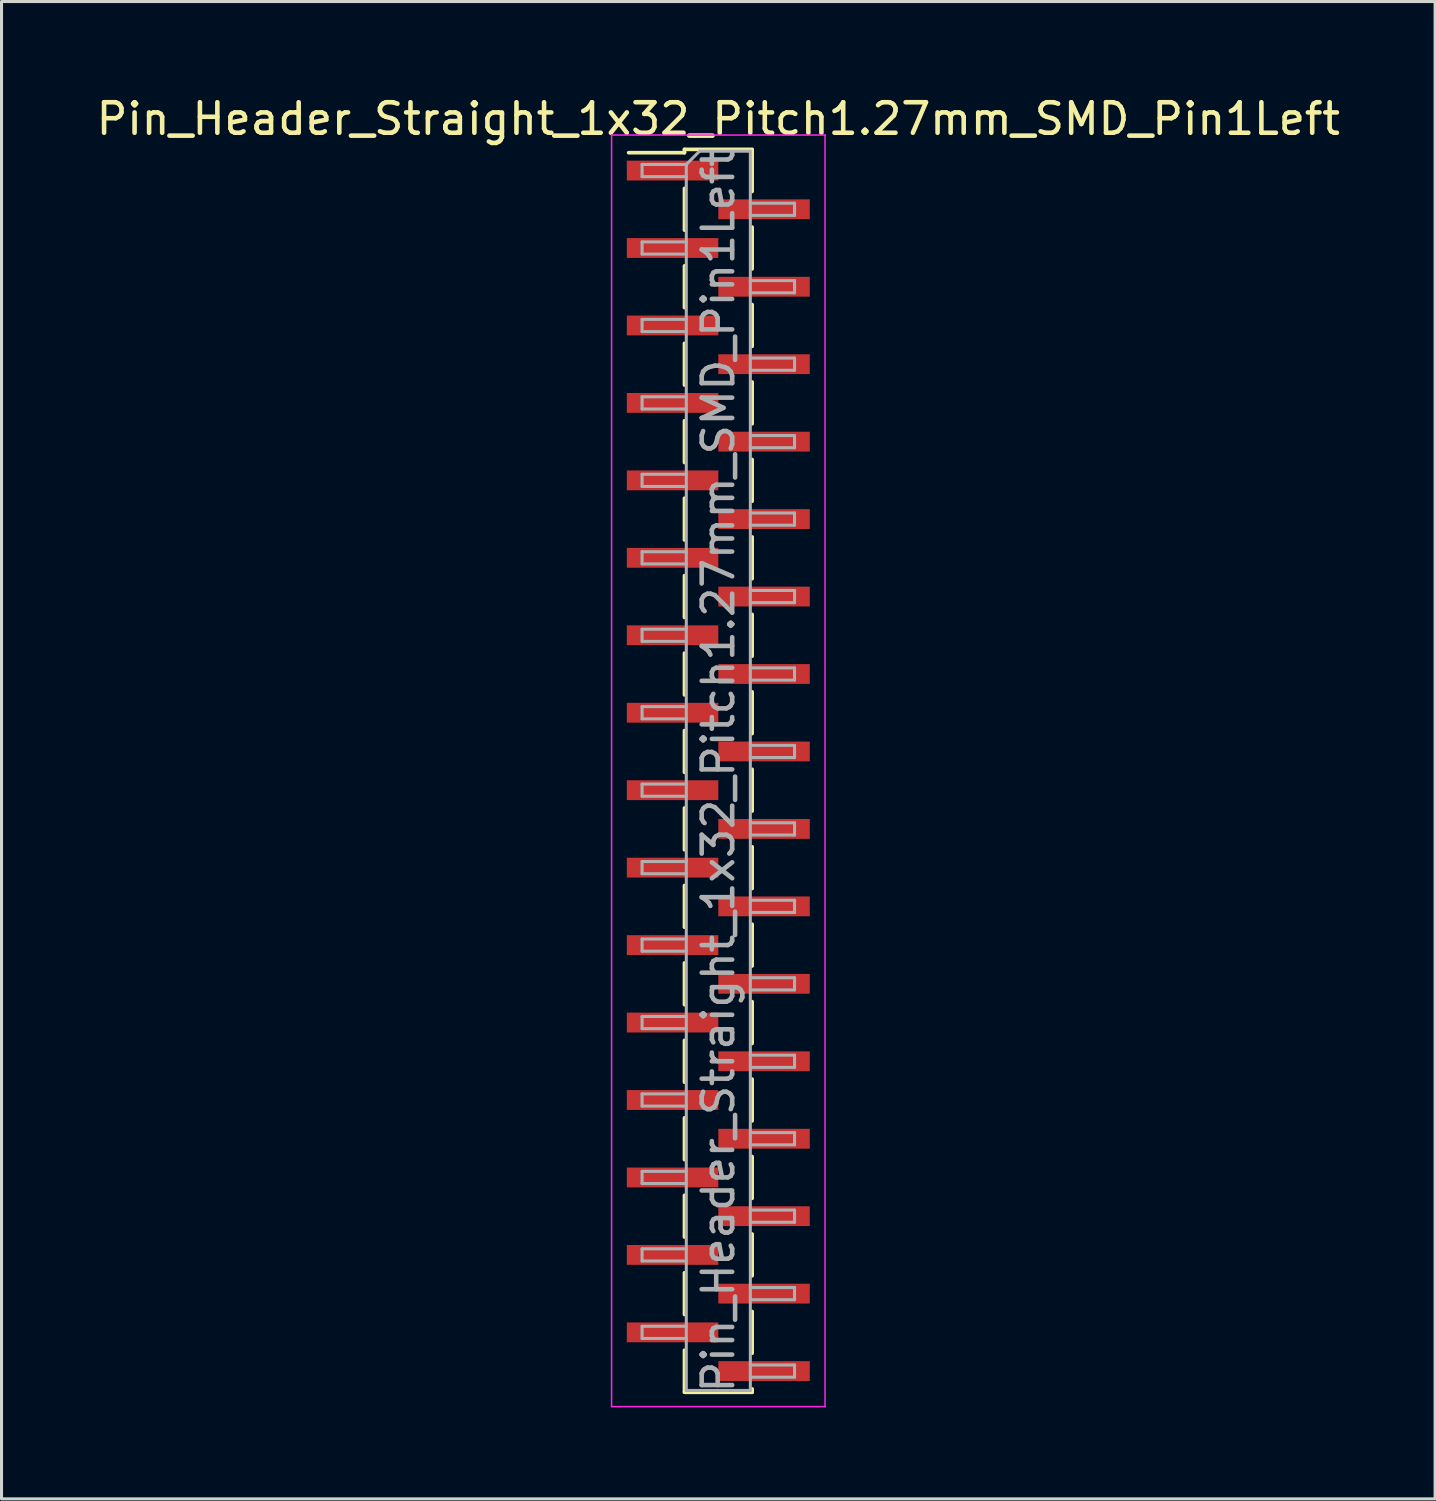
<source format=kicad_pcb>
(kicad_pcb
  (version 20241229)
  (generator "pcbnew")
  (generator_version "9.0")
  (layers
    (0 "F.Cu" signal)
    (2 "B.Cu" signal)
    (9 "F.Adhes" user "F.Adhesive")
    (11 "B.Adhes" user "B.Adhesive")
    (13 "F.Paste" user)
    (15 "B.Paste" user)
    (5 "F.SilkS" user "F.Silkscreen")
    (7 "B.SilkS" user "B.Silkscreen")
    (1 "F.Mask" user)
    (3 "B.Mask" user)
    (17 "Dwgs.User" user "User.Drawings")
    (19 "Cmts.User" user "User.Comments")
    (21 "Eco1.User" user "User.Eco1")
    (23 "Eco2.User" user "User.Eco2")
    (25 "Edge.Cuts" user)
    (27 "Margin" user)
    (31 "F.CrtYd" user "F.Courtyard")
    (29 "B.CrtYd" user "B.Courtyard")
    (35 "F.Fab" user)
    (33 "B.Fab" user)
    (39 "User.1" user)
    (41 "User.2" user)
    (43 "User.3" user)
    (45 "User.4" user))
  (footprint "Pin_Header_Straight_1x32_Pitch1.27mm_SMD_Pin1Left"
    (layer "F.Cu")
    (at 20.506 22.228)
    (property "Reference" "Pin_Header_Straight_1x32_Pitch1.27mm_SMD_Pin1Left" (at 0 -21.38 0) (layer "F.SilkS") (effects (font (size 1 1) (thickness 0.15))))
    (attr smd)
    (fp_line (start -1.11 -20.38) (end -1.11 -20.27) (stroke (width 0.12) (type solid)) (layer "F.SilkS"))
    (fp_line (start -1.11 -20.38) (end 1.11 -20.38) (stroke (width 0.12) (type solid)) (layer "F.SilkS"))
    (fp_line (start -1.11 -20.27) (end -2.94 -20.27) (stroke (width 0.12) (type solid)) (layer "F.SilkS"))
    (fp_line (start -1.11 -19.1) (end -1.11 -17.73) (stroke (width 0.12) (type solid)) (layer "F.SilkS"))
    (fp_line (start -1.11 -16.56) (end -1.11 -15.19) (stroke (width 0.12) (type solid)) (layer "F.SilkS"))
    (fp_line (start -1.11 -14.02) (end -1.11 -12.65) (stroke (width 0.12) (type solid)) (layer "F.SilkS"))
    (fp_line (start -1.11 -11.48) (end -1.11 -10.11) (stroke (width 0.12) (type solid)) (layer "F.SilkS"))
    (fp_line (start -1.11 -8.94) (end -1.11 -7.57) (stroke (width 0.12) (type solid)) (layer "F.SilkS"))
    (fp_line (start -1.11 -6.4) (end -1.11 -5.03) (stroke (width 0.12) (type solid)) (layer "F.SilkS"))
    (fp_line (start -1.11 -3.86) (end -1.11 -2.49) (stroke (width 0.12) (type solid)) (layer "F.SilkS"))
    (fp_line (start -1.11 -1.32) (end -1.11 0.05) (stroke (width 0.12) (type solid)) (layer "F.SilkS"))
    (fp_line (start -1.11 1.22) (end -1.11 2.59) (stroke (width 0.12) (type solid)) (layer "F.SilkS"))
    (fp_line (start -1.11 3.76) (end -1.11 5.13) (stroke (width 0.12) (type solid)) (layer "F.SilkS"))
    (fp_line (start -1.11 6.3) (end -1.11 7.67) (stroke (width 0.12) (type solid)) (layer "F.SilkS"))
    (fp_line (start -1.11 8.84) (end -1.11 10.21) (stroke (width 0.12) (type solid)) (layer "F.SilkS"))
    (fp_line (start -1.11 11.38) (end -1.11 12.75) (stroke (width 0.12) (type solid)) (layer "F.SilkS"))
    (fp_line (start -1.11 13.92) (end -1.11 15.29) (stroke (width 0.12) (type solid)) (layer "F.SilkS"))
    (fp_line (start -1.11 16.46) (end -1.11 17.83) (stroke (width 0.12) (type solid)) (layer "F.SilkS"))
    (fp_line (start -1.11 19) (end -1.11 20.37) (stroke (width 0.12) (type solid)) (layer "F.SilkS"))
    (fp_line (start -1.11 20.38) (end 1.11 20.38) (stroke (width 0.12) (type solid)) (layer "F.SilkS"))
    (fp_line (start 1.11 -20.37) (end 1.11 -19) (stroke (width 0.12) (type solid)) (layer "F.SilkS"))
    (fp_line (start 1.11 -17.83) (end 1.11 -16.46) (stroke (width 0.12) (type solid)) (layer "F.SilkS"))
    (fp_line (start 1.11 -15.29) (end 1.11 -13.92) (stroke (width 0.12) (type solid)) (layer "F.SilkS"))
    (fp_line (start 1.11 -12.75) (end 1.11 -11.38) (stroke (width 0.12) (type solid)) (layer "F.SilkS"))
    (fp_line (start 1.11 -10.21) (end 1.11 -8.84) (stroke (width 0.12) (type solid)) (layer "F.SilkS"))
    (fp_line (start 1.11 -7.67) (end 1.11 -6.3) (stroke (width 0.12) (type solid)) (layer "F.SilkS"))
    (fp_line (start 1.11 -5.13) (end 1.11 -3.76) (stroke (width 0.12) (type solid)) (layer "F.SilkS"))
    (fp_line (start 1.11 -2.59) (end 1.11 -1.22) (stroke (width 0.12) (type solid)) (layer "F.SilkS"))
    (fp_line (start 1.11 -0.05) (end 1.11 1.32) (stroke (width 0.12) (type solid)) (layer "F.SilkS"))
    (fp_line (start 1.11 2.49) (end 1.11 3.86) (stroke (width 0.12) (type solid)) (layer "F.SilkS"))
    (fp_line (start 1.11 5.03) (end 1.11 6.4) (stroke (width 0.12) (type solid)) (layer "F.SilkS"))
    (fp_line (start 1.11 7.57) (end 1.11 8.94) (stroke (width 0.12) (type solid)) (layer "F.SilkS"))
    (fp_line (start 1.11 10.11) (end 1.11 11.48) (stroke (width 0.12) (type solid)) (layer "F.SilkS"))
    (fp_line (start 1.11 12.65) (end 1.11 14.02) (stroke (width 0.12) (type solid)) (layer "F.SilkS"))
    (fp_line (start 1.11 15.19) (end 1.11 16.56) (stroke (width 0.12) (type solid)) (layer "F.SilkS"))
    (fp_line (start 1.11 17.73) (end 1.11 19.1) (stroke (width 0.12) (type solid)) (layer "F.SilkS"))
    (fp_line (start 1.11 20.27) (end 1.11 20.38) (stroke (width 0.12) (type solid)) (layer "F.SilkS"))
    (fp_line (start -3.5 -20.85) (end -3.5 20.85) (stroke (width 0.05) (type solid)) (layer "F.CrtYd"))
    (fp_line (start -3.5 20.85) (end 3.5 20.85) (stroke (width 0.05) (type solid)) (layer "F.CrtYd"))
    (fp_line (start 3.5 -20.85) (end -3.5 -20.85) (stroke (width 0.05) (type solid)) (layer "F.CrtYd"))
    (fp_line (start 3.5 20.85) (end 3.5 -20.85) (stroke (width 0.05) (type solid)) (layer "F.CrtYd"))
    (fp_line (start -2.5 -19.885) (end -2.5 -19.485) (stroke (width 0.1) (type solid)) (layer "F.Fab"))
    (fp_line (start -2.5 -19.485) (end -1.05 -19.485) (stroke (width 0.1) (type solid)) (layer "F.Fab"))
    (fp_line (start -2.5 -17.345) (end -2.5 -16.945) (stroke (width 0.1) (type solid)) (layer "F.Fab"))
    (fp_line (start -2.5 -16.945) (end -1.05 -16.945) (stroke (width 0.1) (type solid)) (layer "F.Fab"))
    (fp_line (start -2.5 -14.805) (end -2.5 -14.405) (stroke (width 0.1) (type solid)) (layer "F.Fab"))
    (fp_line (start -2.5 -14.405) (end -1.05 -14.405) (stroke (width 0.1) (type solid)) (layer "F.Fab"))
    (fp_line (start -2.5 -12.265) (end -2.5 -11.865) (stroke (width 0.1) (type solid)) (layer "F.Fab"))
    (fp_line (start -2.5 -11.865) (end -1.05 -11.865) (stroke (width 0.1) (type solid)) (layer "F.Fab"))
    (fp_line (start -2.5 -9.725) (end -2.5 -9.325) (stroke (width 0.1) (type solid)) (layer "F.Fab"))
    (fp_line (start -2.5 -9.325) (end -1.05 -9.325) (stroke (width 0.1) (type solid)) (layer "F.Fab"))
    (fp_line (start -2.5 -7.185) (end -2.5 -6.785) (stroke (width 0.1) (type solid)) (layer "F.Fab"))
    (fp_line (start -2.5 -6.785) (end -1.05 -6.785) (stroke (width 0.1) (type solid)) (layer "F.Fab"))
    (fp_line (start -2.5 -4.645) (end -2.5 -4.245) (stroke (width 0.1) (type solid)) (layer "F.Fab"))
    (fp_line (start -2.5 -4.245) (end -1.05 -4.245) (stroke (width 0.1) (type solid)) (layer "F.Fab"))
    (fp_line (start -2.5 -2.105) (end -2.5 -1.705) (stroke (width 0.1) (type solid)) (layer "F.Fab"))
    (fp_line (start -2.5 -1.705) (end -1.05 -1.705) (stroke (width 0.1) (type solid)) (layer "F.Fab"))
    (fp_line (start -2.5 0.435) (end -2.5 0.835) (stroke (width 0.1) (type solid)) (layer "F.Fab"))
    (fp_line (start -2.5 0.835) (end -1.05 0.835) (stroke (width 0.1) (type solid)) (layer "F.Fab"))
    (fp_line (start -2.5 2.975) (end -2.5 3.375) (stroke (width 0.1) (type solid)) (layer "F.Fab"))
    (fp_line (start -2.5 3.375) (end -1.05 3.375) (stroke (width 0.1) (type solid)) (layer "F.Fab"))
    (fp_line (start -2.5 5.515) (end -2.5 5.915) (stroke (width 0.1) (type solid)) (layer "F.Fab"))
    (fp_line (start -2.5 5.915) (end -1.05 5.915) (stroke (width 0.1) (type solid)) (layer "F.Fab"))
    (fp_line (start -2.5 8.055) (end -2.5 8.455) (stroke (width 0.1) (type solid)) (layer "F.Fab"))
    (fp_line (start -2.5 8.455) (end -1.05 8.455) (stroke (width 0.1) (type solid)) (layer "F.Fab"))
    (fp_line (start -2.5 10.595) (end -2.5 10.995) (stroke (width 0.1) (type solid)) (layer "F.Fab"))
    (fp_line (start -2.5 10.995) (end -1.05 10.995) (stroke (width 0.1) (type solid)) (layer "F.Fab"))
    (fp_line (start -2.5 13.135) (end -2.5 13.535) (stroke (width 0.1) (type solid)) (layer "F.Fab"))
    (fp_line (start -2.5 13.535) (end -1.05 13.535) (stroke (width 0.1) (type solid)) (layer "F.Fab"))
    (fp_line (start -2.5 15.675) (end -2.5 16.075) (stroke (width 0.1) (type solid)) (layer "F.Fab"))
    (fp_line (start -2.5 16.075) (end -1.05 16.075) (stroke (width 0.1) (type solid)) (layer "F.Fab"))
    (fp_line (start -2.5 18.215) (end -2.5 18.615) (stroke (width 0.1) (type solid)) (layer "F.Fab"))
    (fp_line (start -2.5 18.615) (end -1.05 18.615) (stroke (width 0.1) (type solid)) (layer "F.Fab"))
    (fp_line (start -1.05 -19.885) (end -2.5 -19.885) (stroke (width 0.1) (type solid)) (layer "F.Fab"))
    (fp_line (start -1.05 -19.885) (end -0.615 -20.32) (stroke (width 0.1) (type solid)) (layer "F.Fab"))
    (fp_line (start -1.05 -17.345) (end -2.5 -17.345) (stroke (width 0.1) (type solid)) (layer "F.Fab"))
    (fp_line (start -1.05 -14.805) (end -2.5 -14.805) (stroke (width 0.1) (type solid)) (layer "F.Fab"))
    (fp_line (start -1.05 -12.265) (end -2.5 -12.265) (stroke (width 0.1) (type solid)) (layer "F.Fab"))
    (fp_line (start -1.05 -9.725) (end -2.5 -9.725) (stroke (width 0.1) (type solid)) (layer "F.Fab"))
    (fp_line (start -1.05 -7.185) (end -2.5 -7.185) (stroke (width 0.1) (type solid)) (layer "F.Fab"))
    (fp_line (start -1.05 -4.645) (end -2.5 -4.645) (stroke (width 0.1) (type solid)) (layer "F.Fab"))
    (fp_line (start -1.05 -2.105) (end -2.5 -2.105) (stroke (width 0.1) (type solid)) (layer "F.Fab"))
    (fp_line (start -1.05 0.435) (end -2.5 0.435) (stroke (width 0.1) (type solid)) (layer "F.Fab"))
    (fp_line (start -1.05 2.975) (end -2.5 2.975) (stroke (width 0.1) (type solid)) (layer "F.Fab"))
    (fp_line (start -1.05 5.515) (end -2.5 5.515) (stroke (width 0.1) (type solid)) (layer "F.Fab"))
    (fp_line (start -1.05 8.055) (end -2.5 8.055) (stroke (width 0.1) (type solid)) (layer "F.Fab"))
    (fp_line (start -1.05 10.595) (end -2.5 10.595) (stroke (width 0.1) (type solid)) (layer "F.Fab"))
    (fp_line (start -1.05 13.135) (end -2.5 13.135) (stroke (width 0.1) (type solid)) (layer "F.Fab"))
    (fp_line (start -1.05 15.675) (end -2.5 15.675) (stroke (width 0.1) (type solid)) (layer "F.Fab"))
    (fp_line (start -1.05 18.215) (end -2.5 18.215) (stroke (width 0.1) (type solid)) (layer "F.Fab"))
    (fp_line (start -1.05 20.32) (end -1.05 -19.885) (stroke (width 0.1) (type solid)) (layer "F.Fab"))
    (fp_line (start -0.615 -20.32) (end 1.05 -20.32) (stroke (width 0.1) (type solid)) (layer "F.Fab"))
    (fp_line (start 1.05 -20.32) (end 1.05 20.32) (stroke (width 0.1) (type solid)) (layer "F.Fab"))
    (fp_line (start 1.05 -18.615) (end 2.5 -18.615) (stroke (width 0.1) (type solid)) (layer "F.Fab"))
    (fp_line (start 1.05 -16.075) (end 2.5 -16.075) (stroke (width 0.1) (type solid)) (layer "F.Fab"))
    (fp_line (start 1.05 -13.535) (end 2.5 -13.535) (stroke (width 0.1) (type solid)) (layer "F.Fab"))
    (fp_line (start 1.05 -10.995) (end 2.5 -10.995) (stroke (width 0.1) (type solid)) (layer "F.Fab"))
    (fp_line (start 1.05 -8.455) (end 2.5 -8.455) (stroke (width 0.1) (type solid)) (layer "F.Fab"))
    (fp_line (start 1.05 -5.915) (end 2.5 -5.915) (stroke (width 0.1) (type solid)) (layer "F.Fab"))
    (fp_line (start 1.05 -3.375) (end 2.5 -3.375) (stroke (width 0.1) (type solid)) (layer "F.Fab"))
    (fp_line (start 1.05 -0.835) (end 2.5 -0.835) (stroke (width 0.1) (type solid)) (layer "F.Fab"))
    (fp_line (start 1.05 1.705) (end 2.5 1.705) (stroke (width 0.1) (type solid)) (layer "F.Fab"))
    (fp_line (start 1.05 4.245) (end 2.5 4.245) (stroke (width 0.1) (type solid)) (layer "F.Fab"))
    (fp_line (start 1.05 6.785) (end 2.5 6.785) (stroke (width 0.1) (type solid)) (layer "F.Fab"))
    (fp_line (start 1.05 9.325) (end 2.5 9.325) (stroke (width 0.1) (type solid)) (layer "F.Fab"))
    (fp_line (start 1.05 11.865) (end 2.5 11.865) (stroke (width 0.1) (type solid)) (layer "F.Fab"))
    (fp_line (start 1.05 14.405) (end 2.5 14.405) (stroke (width 0.1) (type solid)) (layer "F.Fab"))
    (fp_line (start 1.05 16.945) (end 2.5 16.945) (stroke (width 0.1) (type solid)) (layer "F.Fab"))
    (fp_line (start 1.05 19.485) (end 2.5 19.485) (stroke (width 0.1) (type solid)) (layer "F.Fab"))
    (fp_line (start 1.05 20.32) (end -1.05 20.32) (stroke (width 0.1) (type solid)) (layer "F.Fab"))
    (fp_line (start 2.5 -18.615) (end 2.5 -18.215) (stroke (width 0.1) (type solid)) (layer "F.Fab"))
    (fp_line (start 2.5 -18.215) (end 1.05 -18.215) (stroke (width 0.1) (type solid)) (layer "F.Fab"))
    (fp_line (start 2.5 -16.075) (end 2.5 -15.675) (stroke (width 0.1) (type solid)) (layer "F.Fab"))
    (fp_line (start 2.5 -15.675) (end 1.05 -15.675) (stroke (width 0.1) (type solid)) (layer "F.Fab"))
    (fp_line (start 2.5 -13.535) (end 2.5 -13.135) (stroke (width 0.1) (type solid)) (layer "F.Fab"))
    (fp_line (start 2.5 -13.135) (end 1.05 -13.135) (stroke (width 0.1) (type solid)) (layer "F.Fab"))
    (fp_line (start 2.5 -10.995) (end 2.5 -10.595) (stroke (width 0.1) (type solid)) (layer "F.Fab"))
    (fp_line (start 2.5 -10.595) (end 1.05 -10.595) (stroke (width 0.1) (type solid)) (layer "F.Fab"))
    (fp_line (start 2.5 -8.455) (end 2.5 -8.055) (stroke (width 0.1) (type solid)) (layer "F.Fab"))
    (fp_line (start 2.5 -8.055) (end 1.05 -8.055) (stroke (width 0.1) (type solid)) (layer "F.Fab"))
    (fp_line (start 2.5 -5.915) (end 2.5 -5.515) (stroke (width 0.1) (type solid)) (layer "F.Fab"))
    (fp_line (start 2.5 -5.515) (end 1.05 -5.515) (stroke (width 0.1) (type solid)) (layer "F.Fab"))
    (fp_line (start 2.5 -3.375) (end 2.5 -2.975) (stroke (width 0.1) (type solid)) (layer "F.Fab"))
    (fp_line (start 2.5 -2.975) (end 1.05 -2.975) (stroke (width 0.1) (type solid)) (layer "F.Fab"))
    (fp_line (start 2.5 -0.835) (end 2.5 -0.435) (stroke (width 0.1) (type solid)) (layer "F.Fab"))
    (fp_line (start 2.5 -0.435) (end 1.05 -0.435) (stroke (width 0.1) (type solid)) (layer "F.Fab"))
    (fp_line (start 2.5 1.705) (end 2.5 2.105) (stroke (width 0.1) (type solid)) (layer "F.Fab"))
    (fp_line (start 2.5 2.105) (end 1.05 2.105) (stroke (width 0.1) (type solid)) (layer "F.Fab"))
    (fp_line (start 2.5 4.245) (end 2.5 4.645) (stroke (width 0.1) (type solid)) (layer "F.Fab"))
    (fp_line (start 2.5 4.645) (end 1.05 4.645) (stroke (width 0.1) (type solid)) (layer "F.Fab"))
    (fp_line (start 2.5 6.785) (end 2.5 7.185) (stroke (width 0.1) (type solid)) (layer "F.Fab"))
    (fp_line (start 2.5 7.185) (end 1.05 7.185) (stroke (width 0.1) (type solid)) (layer "F.Fab"))
    (fp_line (start 2.5 9.325) (end 2.5 9.725) (stroke (width 0.1) (type solid)) (layer "F.Fab"))
    (fp_line (start 2.5 9.725) (end 1.05 9.725) (stroke (width 0.1) (type solid)) (layer "F.Fab"))
    (fp_line (start 2.5 11.865) (end 2.5 12.265) (stroke (width 0.1) (type solid)) (layer "F.Fab"))
    (fp_line (start 2.5 12.265) (end 1.05 12.265) (stroke (width 0.1) (type solid)) (layer "F.Fab"))
    (fp_line (start 2.5 14.405) (end 2.5 14.805) (stroke (width 0.1) (type solid)) (layer "F.Fab"))
    (fp_line (start 2.5 14.805) (end 1.05 14.805) (stroke (width 0.1) (type solid)) (layer "F.Fab"))
    (fp_line (start 2.5 16.945) (end 2.5 17.345) (stroke (width 0.1) (type solid)) (layer "F.Fab"))
    (fp_line (start 2.5 17.345) (end 1.05 17.345) (stroke (width 0.1) (type solid)) (layer "F.Fab"))
    (fp_line (start 2.5 19.485) (end 2.5 19.885) (stroke (width 0.1) (type solid)) (layer "F.Fab"))
    (fp_line (start 2.5 19.885) (end 1.05 19.885) (stroke (width 0.1) (type solid)) (layer "F.Fab"))
    (fp_text user "${REFERENCE}" (at 0 0 90) (layer "F.Fab") (effects (font (size 1 1) (thickness 0.15))))
    (pad "1" smd rect (at -1.5 -19.685) (size 3 0.65) (layers "F.Cu" "F.Mask" "F.Paste"))
    (pad "2" smd rect (at 1.5 -18.415) (size 3 0.65) (layers "F.Cu" "F.Mask" "F.Paste"))
    (pad "3" smd rect (at -1.5 -17.145) (size 3 0.65) (layers "F.Cu" "F.Mask" "F.Paste"))
    (pad "4" smd rect (at 1.5 -15.875) (size 3 0.65) (layers "F.Cu" "F.Mask" "F.Paste"))
    (pad "5" smd rect (at -1.5 -14.605) (size 3 0.65) (layers "F.Cu" "F.Mask" "F.Paste"))
    (pad "6" smd rect (at 1.5 -13.335) (size 3 0.65) (layers "F.Cu" "F.Mask" "F.Paste"))
    (pad "7" smd rect (at -1.5 -12.065) (size 3 0.65) (layers "F.Cu" "F.Mask" "F.Paste"))
    (pad "8" smd rect (at 1.5 -10.795) (size 3 0.65) (layers "F.Cu" "F.Mask" "F.Paste"))
    (pad "9" smd rect (at -1.5 -9.525) (size 3 0.65) (layers "F.Cu" "F.Mask" "F.Paste"))
    (pad "10" smd rect (at 1.5 -8.255) (size 3 0.65) (layers "F.Cu" "F.Mask" "F.Paste"))
    (pad "11" smd rect (at -1.5 -6.985) (size 3 0.65) (layers "F.Cu" "F.Mask" "F.Paste"))
    (pad "12" smd rect (at 1.5 -5.715) (size 3 0.65) (layers "F.Cu" "F.Mask" "F.Paste"))
    (pad "13" smd rect (at -1.5 -4.445) (size 3 0.65) (layers "F.Cu" "F.Mask" "F.Paste"))
    (pad "14" smd rect (at 1.5 -3.175) (size 3 0.65) (layers "F.Cu" "F.Mask" "F.Paste"))
    (pad "15" smd rect (at -1.5 -1.905) (size 3 0.65) (layers "F.Cu" "F.Mask" "F.Paste"))
    (pad "16" smd rect (at 1.5 -0.635) (size 3 0.65) (layers "F.Cu" "F.Mask" "F.Paste"))
    (pad "17" smd rect (at -1.5 0.635) (size 3 0.65) (layers "F.Cu" "F.Mask" "F.Paste"))
    (pad "18" smd rect (at 1.5 1.905) (size 3 0.65) (layers "F.Cu" "F.Mask" "F.Paste"))
    (pad "19" smd rect (at -1.5 3.175) (size 3 0.65) (layers "F.Cu" "F.Mask" "F.Paste"))
    (pad "20" smd rect (at 1.5 4.445) (size 3 0.65) (layers "F.Cu" "F.Mask" "F.Paste"))
    (pad "21" smd rect (at -1.5 5.715) (size 3 0.65) (layers "F.Cu" "F.Mask" "F.Paste"))
    (pad "22" smd rect (at 1.5 6.985) (size 3 0.65) (layers "F.Cu" "F.Mask" "F.Paste"))
    (pad "23" smd rect (at -1.5 8.255) (size 3 0.65) (layers "F.Cu" "F.Mask" "F.Paste"))
    (pad "24" smd rect (at 1.5 9.525) (size 3 0.65) (layers "F.Cu" "F.Mask" "F.Paste"))
    (pad "25" smd rect (at -1.5 10.795) (size 3 0.65) (layers "F.Cu" "F.Mask" "F.Paste"))
    (pad "26" smd rect (at 1.5 12.065) (size 3 0.65) (layers "F.Cu" "F.Mask" "F.Paste"))
    (pad "27" smd rect (at -1.5 13.335) (size 3 0.65) (layers "F.Cu" "F.Mask" "F.Paste"))
    (pad "28" smd rect (at 1.5 14.605) (size 3 0.65) (layers "F.Cu" "F.Mask" "F.Paste"))
    (pad "29" smd rect (at -1.5 15.875) (size 3 0.65) (layers "F.Cu" "F.Mask" "F.Paste"))
    (pad "30" smd rect (at 1.5 17.145) (size 3 0.65) (layers "F.Cu" "F.Mask" "F.Paste"))
    (pad "31" smd rect (at -1.5 18.415) (size 3 0.65) (layers "F.Cu" "F.Mask" "F.Paste"))
    (pad "32" smd rect (at 1.5 19.685) (size 3 0.65) (layers "F.Cu" "F.Mask" "F.Paste")))
  (gr_rect
    (start -3 -3)
    (end 44.012 46.103)
    (stroke (width 0.1) (type default))
    (fill no)
    (layer "Edge.Cuts")))
</source>
